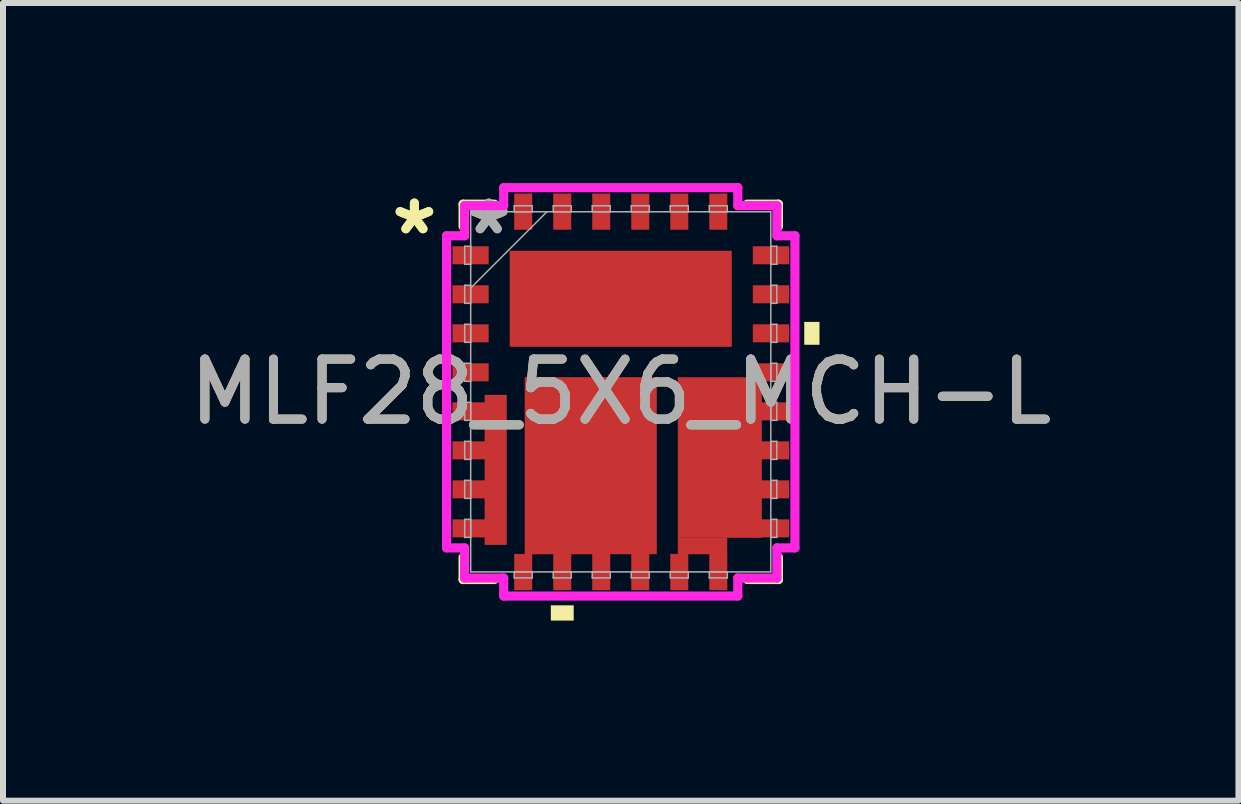
<source format=kicad_pcb>
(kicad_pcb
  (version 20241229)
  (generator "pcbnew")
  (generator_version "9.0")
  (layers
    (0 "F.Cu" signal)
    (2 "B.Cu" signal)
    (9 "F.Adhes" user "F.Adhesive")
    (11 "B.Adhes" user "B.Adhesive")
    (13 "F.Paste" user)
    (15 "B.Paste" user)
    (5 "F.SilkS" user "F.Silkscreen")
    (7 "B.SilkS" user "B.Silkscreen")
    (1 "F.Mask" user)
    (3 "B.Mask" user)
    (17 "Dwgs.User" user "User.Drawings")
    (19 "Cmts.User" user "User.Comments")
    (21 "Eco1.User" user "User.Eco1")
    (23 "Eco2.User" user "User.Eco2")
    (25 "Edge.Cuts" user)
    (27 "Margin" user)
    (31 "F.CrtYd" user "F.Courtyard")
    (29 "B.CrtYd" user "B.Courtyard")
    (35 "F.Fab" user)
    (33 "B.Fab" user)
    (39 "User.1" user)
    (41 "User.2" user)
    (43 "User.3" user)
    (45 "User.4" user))
  (footprint "MLF28_5X6_MCH-L"
    (layer "F.Cu")
    (at 7.292 3.478)
    (property "Reference" "MLF28_5X6_MCH-L" (at 0 0 0) (unlocked yes) (layer "F.SilkS") (effects (font (size 1 1) (thickness 0.15))))
    (attr smd)
    (fp_poly (pts (xy -2.268 0.05) (xy -1.899 0.05) (xy -1.899 2.55) (xy -2.268 2.55)) (stroke (width 0) (type solid)) (fill yes) (layer "F.Cu"))
    (fp_poly (pts (xy -1.6 -0.244) (xy 0.6 -0.244) (xy 0.6 2.706) (xy -1.6 2.706)) (stroke (width 0) (type solid)) (fill yes) (layer "F.Cu"))
    (fp_poly (pts (xy 0.95 2.431) (xy 1.774 2.431) (xy 1.774 2.706) (xy 0.95 2.706)) (stroke (width 0) (type solid)) (fill yes) (layer "F.Cu"))
    (fp_poly (pts (xy 0.95 -0.243) (xy 2.35 -0.243) (xy 2.35 2.432) (xy 0.95 2.432)) (stroke (width 0) (type solid)) (fill yes) (layer "F.Cu"))
    (fp_line (start -2.627 -3.127) (end -2.627 -2.758) (stroke (width 0.152) (type solid)) (layer "F.SilkS"))
    (fp_line (start -2.627 2.758) (end -2.627 3.127) (stroke (width 0.152) (type solid)) (layer "F.SilkS"))
    (fp_line (start -2.627 3.127) (end -2.108 3.127) (stroke (width 0.152) (type solid)) (layer "F.SilkS"))
    (fp_line (start -2.108 -3.127) (end -2.627 -3.127) (stroke (width 0.152) (type solid)) (layer "F.SilkS"))
    (fp_line (start 2.108 3.127) (end 2.627 3.127) (stroke (width 0.152) (type solid)) (layer "F.SilkS"))
    (fp_line (start 2.627 -3.127) (end 2.108 -3.127) (stroke (width 0.152) (type solid)) (layer "F.SilkS"))
    (fp_line (start 2.627 -2.758) (end 2.627 -3.127) (stroke (width 0.152) (type solid)) (layer "F.SilkS"))
    (fp_line (start 2.627 3.127) (end 2.627 2.758) (stroke (width 0.152) (type solid)) (layer "F.SilkS"))
    (fp_poly (pts (xy -1.165 3.557) (xy -1.165 3.811) (xy -0.784 3.811) (xy -0.784 3.557)) (stroke (width 0) (type solid)) (fill yes) (layer "F.SilkS"))
    (fp_poly (pts (xy 3.311 -1.165) (xy 3.311 -0.784) (xy 3.057 -0.784) (xy 3.057 -1.165)) (stroke (width 0) (type solid)) (fill yes) (layer "F.SilkS"))
    (fp_poly (pts (xy -2.902 -1.76) (xy -2.102 -1.76) (xy -2.102 -1.49) (xy -2.902 -1.49)) (stroke (width 0) (type solid)) (fill yes) (layer "F.Paste"))
    (fp_poly (pts (xy -2.902 -1.11) (xy -2.102 -1.11) (xy -2.102 -0.84) (xy -2.902 -0.84)) (stroke (width 0) (type solid)) (fill yes) (layer "F.Paste"))
    (fp_poly (pts (xy -2.902 -0.46) (xy -2.102 -0.46) (xy -2.102 -0.19) (xy -2.902 -0.19)) (stroke (width 0) (type solid)) (fill yes) (layer "F.Paste"))
    (fp_poly (pts (xy -2.902 0.19) (xy -2.102 0.19) (xy -2.102 0.46) (xy -2.902 0.46)) (stroke (width 0) (type solid)) (fill yes) (layer "F.Paste"))
    (fp_poly (pts (xy -2.902 0.84) (xy -2.102 0.84) (xy -2.102 1.11) (xy -2.902 1.11)) (stroke (width 0) (type solid)) (fill yes) (layer "F.Paste"))
    (fp_poly (pts (xy -2.902 1.49) (xy -2.102 1.49) (xy -2.102 1.76) (xy -2.902 1.76)) (stroke (width 0) (type solid)) (fill yes) (layer "F.Paste"))
    (fp_poly (pts (xy -2.902 2.14) (xy -2.102 2.14) (xy -2.102 2.41) (xy -2.902 2.41)) (stroke (width 0) (type solid)) (fill yes) (layer "F.Paste"))
    (fp_poly (pts (xy -1.837 -3.477) (xy -1.412 -3.477) (xy -1.412 -2.527) (xy -1.837 -2.527)) (stroke (width 0) (type solid)) (fill yes) (layer "F.Paste"))
    (fp_poly (pts (xy -1.187 -3.477) (xy -0.762 -3.477) (xy -0.762 -2.527) (xy -1.187 -2.527)) (stroke (width 0) (type solid)) (fill yes) (layer "F.Paste"))
    (fp_poly (pts (xy -1.11 -3.402) (xy -0.84 -3.402) (xy -0.84 -2.602) (xy -1.11 -2.602)) (stroke (width 0) (type solid)) (fill yes) (layer "F.Paste"))
    (fp_poly (pts (xy -0.537 -3.477) (xy -0.112 -3.477) (xy -0.112 -2.527) (xy -0.537 -2.527)) (stroke (width 0) (type solid)) (fill yes) (layer "F.Paste"))
    (fp_poly (pts (xy -0.46 -3.402) (xy -0.19 -3.402) (xy -0.19 -2.602) (xy -0.46 -2.602)) (stroke (width 0) (type solid)) (fill yes) (layer "F.Paste"))
    (fp_poly (pts (xy 0.113 -3.477) (xy 0.537 -3.477) (xy 0.537 -2.527) (xy 0.113 -2.527)) (stroke (width 0) (type solid)) (fill yes) (layer "F.Paste"))
    (fp_poly (pts (xy 0.762 -3.477) (xy 1.188 -3.477) (xy 1.188 -2.527) (xy 0.762 -2.527)) (stroke (width 0) (type solid)) (fill yes) (layer "F.Paste"))
    (fp_poly (pts (xy 0.762 2.527) (xy 1.188 2.527) (xy 1.188 3.477) (xy 0.762 3.477)) (stroke (width 0) (type solid)) (fill yes) (layer "F.Paste"))
    (fp_poly (pts (xy 1.413 -3.477) (xy 1.837 -3.477) (xy 1.837 -2.527) (xy 1.413 -2.527)) (stroke (width 0) (type solid)) (fill yes) (layer "F.Paste"))
    (fp_poly (pts (xy 1.413 2.527) (xy 1.837 2.527) (xy 1.837 3.477) (xy 1.413 3.477)) (stroke (width 0) (type solid)) (fill yes) (layer "F.Paste"))
    (fp_poly (pts (xy 2.027 -2.488) (xy 2.977 -2.488) (xy 2.977 -2.062) (xy 2.027 -2.062)) (stroke (width 0) (type solid)) (fill yes) (layer "F.Paste"))
    (fp_poly (pts (xy 2.027 -1.837) (xy 2.977 -1.837) (xy 2.977 -1.413) (xy 2.027 -1.413)) (stroke (width 0) (type solid)) (fill yes) (layer "F.Paste"))
    (fp_poly (pts (xy 2.027 -1.188) (xy 2.977 -1.188) (xy 2.977 -0.762) (xy 2.027 -0.762)) (stroke (width 0) (type solid)) (fill yes) (layer "F.Paste"))
    (fp_poly (pts (xy 2.027 -0.537) (xy 2.977 -0.537) (xy 2.977 -0.112) (xy 2.027 -0.112)) (stroke (width 0) (type solid)) (fill yes) (layer "F.Paste"))
    (fp_poly (pts (xy 2.027 0.113) (xy 2.977 0.113) (xy 2.977 0.537) (xy 2.027 0.537)) (stroke (width 0) (type solid)) (fill yes) (layer "F.Paste"))
    (fp_poly (pts (xy 2.027 0.762) (xy 2.977 0.762) (xy 2.977 1.188) (xy 2.027 1.188)) (stroke (width 0) (type solid)) (fill yes) (layer "F.Paste"))
    (fp_poly (pts (xy 2.027 1.413) (xy 2.977 1.413) (xy 2.977 1.837) (xy 2.027 1.837)) (stroke (width 0) (type solid)) (fill yes) (layer "F.Paste"))
    (fp_poly (pts (xy 2.027 2.062) (xy 2.977 2.062) (xy 2.977 2.488) (xy 2.027 2.488)) (stroke (width 0) (type solid)) (fill yes) (layer "F.Paste"))
    (fp_poly (pts (xy 2.062 2.527) (xy 2.488 2.527) (xy 2.488 3.477) (xy 2.062 3.477)) (stroke (width 0) (type solid)) (fill yes) (layer "F.Paste"))
    (fp_poly (pts (xy 2.712 2.527) (xy 3.137 2.527) (xy 3.137 3.477) (xy 2.712 3.477)) (stroke (width 0) (type solid)) (fill yes) (layer "F.Paste"))
    (fp_line (start -2.902 -2.6) (end -2.602 -2.6) (stroke (width 0.152) (type solid)) (layer "F.CrtYd"))
    (fp_line (start -2.902 2.6) (end -2.902 -2.6) (stroke (width 0.152) (type solid)) (layer "F.CrtYd"))
    (fp_line (start -2.602 -3.102) (end -1.95 -3.102) (stroke (width 0.152) (type solid)) (layer "F.CrtYd"))
    (fp_line (start -2.602 -2.6) (end -2.602 -3.102) (stroke (width 0.152) (type solid)) (layer "F.CrtYd"))
    (fp_line (start -2.602 2.6) (end -2.902 2.6) (stroke (width 0.152) (type solid)) (layer "F.CrtYd"))
    (fp_line (start -2.602 3.102) (end -2.602 2.6) (stroke (width 0.152) (type solid)) (layer "F.CrtYd"))
    (fp_line (start -1.95 -3.402) (end 1.95 -3.402) (stroke (width 0.152) (type solid)) (layer "F.CrtYd"))
    (fp_line (start -1.95 -3.102) (end -1.95 -3.402) (stroke (width 0.152) (type solid)) (layer "F.CrtYd"))
    (fp_line (start -1.95 3.102) (end -2.602 3.102) (stroke (width 0.152) (type solid)) (layer "F.CrtYd"))
    (fp_line (start -1.95 3.402) (end -1.95 3.102) (stroke (width 0.152) (type solid)) (layer "F.CrtYd"))
    (fp_line (start 1.95 -3.402) (end 1.95 -3.102) (stroke (width 0.152) (type solid)) (layer "F.CrtYd"))
    (fp_line (start 1.95 -3.102) (end 2.602 -3.102) (stroke (width 0.152) (type solid)) (layer "F.CrtYd"))
    (fp_line (start 1.95 3.102) (end 1.95 3.402) (stroke (width 0.152) (type solid)) (layer "F.CrtYd"))
    (fp_line (start 1.95 3.402) (end -1.95 3.402) (stroke (width 0.152) (type solid)) (layer "F.CrtYd"))
    (fp_line (start 2.602 -3.102) (end 2.602 -2.6) (stroke (width 0.152) (type solid)) (layer "F.CrtYd"))
    (fp_line (start 2.602 -2.6) (end 2.902 -2.6) (stroke (width 0.152) (type solid)) (layer "F.CrtYd"))
    (fp_line (start 2.602 2.6) (end 2.602 3.102) (stroke (width 0.152) (type solid)) (layer "F.CrtYd"))
    (fp_line (start 2.602 3.102) (end 1.95 3.102) (stroke (width 0.152) (type solid)) (layer "F.CrtYd"))
    (fp_line (start 2.902 -2.6) (end 2.902 2.6) (stroke (width 0.152) (type solid)) (layer "F.CrtYd"))
    (fp_line (start 2.902 2.6) (end 2.602 2.6) (stroke (width 0.152) (type solid)) (layer "F.CrtYd"))
    (fp_line (start -2.6 -2.425) (end -2.6 -2.125) (stroke (width 0.025) (type solid)) (layer "F.Fab"))
    (fp_line (start -2.6 -2.125) (end -2.5 -2.125) (stroke (width 0.025) (type solid)) (layer "F.Fab"))
    (fp_line (start -2.6 -1.775) (end -2.6 -1.475) (stroke (width 0.025) (type solid)) (layer "F.Fab"))
    (fp_line (start -2.6 -1.475) (end -2.5 -1.475) (stroke (width 0.025) (type solid)) (layer "F.Fab"))
    (fp_line (start -2.6 -1.125) (end -2.6 -0.825) (stroke (width 0.025) (type solid)) (layer "F.Fab"))
    (fp_line (start -2.6 -0.825) (end -2.5 -0.825) (stroke (width 0.025) (type solid)) (layer "F.Fab"))
    (fp_line (start -2.6 -0.475) (end -2.6 -0.175) (stroke (width 0.025) (type solid)) (layer "F.Fab"))
    (fp_line (start -2.6 -0.175) (end -2.5 -0.175) (stroke (width 0.025) (type solid)) (layer "F.Fab"))
    (fp_line (start -2.6 0.175) (end -2.6 0.475) (stroke (width 0.025) (type solid)) (layer "F.Fab"))
    (fp_line (start -2.6 0.475) (end -2.5 0.475) (stroke (width 0.025) (type solid)) (layer "F.Fab"))
    (fp_line (start -2.6 0.825) (end -2.6 1.125) (stroke (width 0.025) (type solid)) (layer "F.Fab"))
    (fp_line (start -2.6 1.125) (end -2.5 1.125) (stroke (width 0.025) (type solid)) (layer "F.Fab"))
    (fp_line (start -2.6 1.475) (end -2.6 1.775) (stroke (width 0.025) (type solid)) (layer "F.Fab"))
    (fp_line (start -2.6 1.775) (end -2.5 1.775) (stroke (width 0.025) (type solid)) (layer "F.Fab"))
    (fp_line (start -2.6 2.125) (end -2.6 2.425) (stroke (width 0.025) (type solid)) (layer "F.Fab"))
    (fp_line (start -2.6 2.425) (end -2.5 2.425) (stroke (width 0.025) (type solid)) (layer "F.Fab"))
    (fp_line (start -2.5 -3) (end -2.5 3) (stroke (width 0.025) (type solid)) (layer "F.Fab"))
    (fp_line (start -2.5 -2.425) (end -2.6 -2.425) (stroke (width 0.025) (type solid)) (layer "F.Fab"))
    (fp_line (start -2.5 -2.125) (end -2.5 -2.425) (stroke (width 0.025) (type solid)) (layer "F.Fab"))
    (fp_line (start -2.5 -1.775) (end -2.6 -1.775) (stroke (width 0.025) (type solid)) (layer "F.Fab"))
    (fp_line (start -2.5 -1.73) (end -1.23 -3) (stroke (width 0.025) (type solid)) (layer "F.Fab"))
    (fp_line (start -2.5 -1.475) (end -2.5 -1.775) (stroke (width 0.025) (type solid)) (layer "F.Fab"))
    (fp_line (start -2.5 -1.125) (end -2.6 -1.125) (stroke (width 0.025) (type solid)) (layer "F.Fab"))
    (fp_line (start -2.5 -0.825) (end -2.5 -1.125) (stroke (width 0.025) (type solid)) (layer "F.Fab"))
    (fp_line (start -2.5 -0.475) (end -2.6 -0.475) (stroke (width 0.025) (type solid)) (layer "F.Fab"))
    (fp_line (start -2.5 -0.175) (end -2.5 -0.475) (stroke (width 0.025) (type solid)) (layer "F.Fab"))
    (fp_line (start -2.5 0.175) (end -2.6 0.175) (stroke (width 0.025) (type solid)) (layer "F.Fab"))
    (fp_line (start -2.5 0.475) (end -2.5 0.175) (stroke (width 0.025) (type solid)) (layer "F.Fab"))
    (fp_line (start -2.5 0.825) (end -2.6 0.825) (stroke (width 0.025) (type solid)) (layer "F.Fab"))
    (fp_line (start -2.5 1.125) (end -2.5 0.825) (stroke (width 0.025) (type solid)) (layer "F.Fab"))
    (fp_line (start -2.5 1.475) (end -2.6 1.475) (stroke (width 0.025) (type solid)) (layer "F.Fab"))
    (fp_line (start -2.5 1.775) (end -2.5 1.475) (stroke (width 0.025) (type solid)) (layer "F.Fab"))
    (fp_line (start -2.5 2.125) (end -2.6 2.125) (stroke (width 0.025) (type solid)) (layer "F.Fab"))
    (fp_line (start -2.5 2.425) (end -2.5 2.125) (stroke (width 0.025) (type solid)) (layer "F.Fab"))
    (fp_line (start -2.5 3) (end 2.5 3) (stroke (width 0.025) (type solid)) (layer "F.Fab"))
    (fp_line (start -1.775 -3.1) (end -1.775 -3) (stroke (width 0.025) (type solid)) (layer "F.Fab"))
    (fp_line (start -1.775 -3) (end -1.475 -3) (stroke (width 0.025) (type solid)) (layer "F.Fab"))
    (fp_line (start -1.775 3) (end -1.775 3.1) (stroke (width 0.025) (type solid)) (layer "F.Fab"))
    (fp_line (start -1.775 3.1) (end -1.475 3.1) (stroke (width 0.025) (type solid)) (layer "F.Fab"))
    (fp_line (start -1.475 -3.1) (end -1.775 -3.1) (stroke (width 0.025) (type solid)) (layer "F.Fab"))
    (fp_line (start -1.475 -3) (end -1.475 -3.1) (stroke (width 0.025) (type solid)) (layer "F.Fab"))
    (fp_line (start -1.475 3) (end -1.775 3) (stroke (width 0.025) (type solid)) (layer "F.Fab"))
    (fp_line (start -1.475 3.1) (end -1.475 3) (stroke (width 0.025) (type solid)) (layer "F.Fab"))
    (fp_line (start -1.125 -3.1) (end -1.125 -3) (stroke (width 0.025) (type solid)) (layer "F.Fab"))
    (fp_line (start -1.125 -3) (end -0.825 -3) (stroke (width 0.025) (type solid)) (layer "F.Fab"))
    (fp_line (start -1.125 3) (end -1.125 3.1) (stroke (width 0.025) (type solid)) (layer "F.Fab"))
    (fp_line (start -1.125 3.1) (end -0.825 3.1) (stroke (width 0.025) (type solid)) (layer "F.Fab"))
    (fp_line (start -0.825 -3.1) (end -1.125 -3.1) (stroke (width 0.025) (type solid)) (layer "F.Fab"))
    (fp_line (start -0.825 -3) (end -0.825 -3.1) (stroke (width 0.025) (type solid)) (layer "F.Fab"))
    (fp_line (start -0.825 3) (end -1.125 3) (stroke (width 0.025) (type solid)) (layer "F.Fab"))
    (fp_line (start -0.825 3.1) (end -0.825 3) (stroke (width 0.025) (type solid)) (layer "F.Fab"))
    (fp_line (start -0.475 -3.1) (end -0.475 -3) (stroke (width 0.025) (type solid)) (layer "F.Fab"))
    (fp_line (start -0.475 -3) (end -0.175 -3) (stroke (width 0.025) (type solid)) (layer "F.Fab"))
    (fp_line (start -0.475 3) (end -0.475 3.1) (stroke (width 0.025) (type solid)) (layer "F.Fab"))
    (fp_line (start -0.475 3.1) (end -0.175 3.1) (stroke (width 0.025) (type solid)) (layer "F.Fab"))
    (fp_line (start -0.175 -3.1) (end -0.475 -3.1) (stroke (width 0.025) (type solid)) (layer "F.Fab"))
    (fp_line (start -0.175 -3) (end -0.175 -3.1) (stroke (width 0.025) (type solid)) (layer "F.Fab"))
    (fp_line (start -0.175 3) (end -0.475 3) (stroke (width 0.025) (type solid)) (layer "F.Fab"))
    (fp_line (start -0.175 3.1) (end -0.175 3) (stroke (width 0.025) (type solid)) (layer "F.Fab"))
    (fp_line (start 0.175 -3.1) (end 0.175 -3) (stroke (width 0.025) (type solid)) (layer "F.Fab"))
    (fp_line (start 0.175 -3) (end 0.475 -3) (stroke (width 0.025) (type solid)) (layer "F.Fab"))
    (fp_line (start 0.175 3) (end 0.175 3.1) (stroke (width 0.025) (type solid)) (layer "F.Fab"))
    (fp_line (start 0.175 3.1) (end 0.475 3.1) (stroke (width 0.025) (type solid)) (layer "F.Fab"))
    (fp_line (start 0.475 -3.1) (end 0.175 -3.1) (stroke (width 0.025) (type solid)) (layer "F.Fab"))
    (fp_line (start 0.475 -3) (end 0.475 -3.1) (stroke (width 0.025) (type solid)) (layer "F.Fab"))
    (fp_line (start 0.475 3) (end 0.175 3) (stroke (width 0.025) (type solid)) (layer "F.Fab"))
    (fp_line (start 0.475 3.1) (end 0.475 3) (stroke (width 0.025) (type solid)) (layer "F.Fab"))
    (fp_line (start 0.825 -3.1) (end 0.825 -3) (stroke (width 0.025) (type solid)) (layer "F.Fab"))
    (fp_line (start 0.825 -3) (end 1.125 -3) (stroke (width 0.025) (type solid)) (layer "F.Fab"))
    (fp_line (start 0.825 3) (end 0.825 3.1) (stroke (width 0.025) (type solid)) (layer "F.Fab"))
    (fp_line (start 0.825 3.1) (end 1.125 3.1) (stroke (width 0.025) (type solid)) (layer "F.Fab"))
    (fp_line (start 1.125 -3.1) (end 0.825 -3.1) (stroke (width 0.025) (type solid)) (layer "F.Fab"))
    (fp_line (start 1.125 -3) (end 1.125 -3.1) (stroke (width 0.025) (type solid)) (layer "F.Fab"))
    (fp_line (start 1.125 3) (end 0.825 3) (stroke (width 0.025) (type solid)) (layer "F.Fab"))
    (fp_line (start 1.125 3.1) (end 1.125 3) (stroke (width 0.025) (type solid)) (layer "F.Fab"))
    (fp_line (start 1.475 -3.1) (end 1.475 -3) (stroke (width 0.025) (type solid)) (layer "F.Fab"))
    (fp_line (start 1.475 -3) (end 1.775 -3) (stroke (width 0.025) (type solid)) (layer "F.Fab"))
    (fp_line (start 1.475 3) (end 1.475 3.1) (stroke (width 0.025) (type solid)) (layer "F.Fab"))
    (fp_line (start 1.475 3.1) (end 1.775 3.1) (stroke (width 0.025) (type solid)) (layer "F.Fab"))
    (fp_line (start 1.775 -3.1) (end 1.475 -3.1) (stroke (width 0.025) (type solid)) (layer "F.Fab"))
    (fp_line (start 1.775 -3) (end 1.775 -3.1) (stroke (width 0.025) (type solid)) (layer "F.Fab"))
    (fp_line (start 1.775 3) (end 1.475 3) (stroke (width 0.025) (type solid)) (layer "F.Fab"))
    (fp_line (start 1.775 3.1) (end 1.775 3) (stroke (width 0.025) (type solid)) (layer "F.Fab"))
    (fp_line (start 2.5 -3) (end -2.5 -3) (stroke (width 0.025) (type solid)) (layer "F.Fab"))
    (fp_line (start 2.5 -2.425) (end 2.5 -2.125) (stroke (width 0.025) (type solid)) (layer "F.Fab"))
    (fp_line (start 2.5 -2.125) (end 2.6 -2.125) (stroke (width 0.025) (type solid)) (layer "F.Fab"))
    (fp_line (start 2.5 -1.775) (end 2.5 -1.475) (stroke (width 0.025) (type solid)) (layer "F.Fab"))
    (fp_line (start 2.5 -1.475) (end 2.6 -1.475) (stroke (width 0.025) (type solid)) (layer "F.Fab"))
    (fp_line (start 2.5 -1.125) (end 2.5 -0.825) (stroke (width 0.025) (type solid)) (layer "F.Fab"))
    (fp_line (start 2.5 -0.825) (end 2.6 -0.825) (stroke (width 0.025) (type solid)) (layer "F.Fab"))
    (fp_line (start 2.5 -0.475) (end 2.5 -0.175) (stroke (width 0.025) (type solid)) (layer "F.Fab"))
    (fp_line (start 2.5 -0.175) (end 2.6 -0.175) (stroke (width 0.025) (type solid)) (layer "F.Fab"))
    (fp_line (start 2.5 0.175) (end 2.5 0.475) (stroke (width 0.025) (type solid)) (layer "F.Fab"))
    (fp_line (start 2.5 0.475) (end 2.6 0.475) (stroke (width 0.025) (type solid)) (layer "F.Fab"))
    (fp_line (start 2.5 0.825) (end 2.5 1.125) (stroke (width 0.025) (type solid)) (layer "F.Fab"))
    (fp_line (start 2.5 1.125) (end 2.6 1.125) (stroke (width 0.025) (type solid)) (layer "F.Fab"))
    (fp_line (start 2.5 1.475) (end 2.5 1.775) (stroke (width 0.025) (type solid)) (layer "F.Fab"))
    (fp_line (start 2.5 1.775) (end 2.6 1.775) (stroke (width 0.025) (type solid)) (layer "F.Fab"))
    (fp_line (start 2.5 2.125) (end 2.5 2.425) (stroke (width 0.025) (type solid)) (layer "F.Fab"))
    (fp_line (start 2.5 2.425) (end 2.6 2.425) (stroke (width 0.025) (type solid)) (layer "F.Fab"))
    (fp_line (start 2.5 3) (end 2.5 -3) (stroke (width 0.025) (type solid)) (layer "F.Fab"))
    (fp_line (start 2.6 -2.425) (end 2.5 -2.425) (stroke (width 0.025) (type solid)) (layer "F.Fab"))
    (fp_line (start 2.6 -2.125) (end 2.6 -2.425) (stroke (width 0.025) (type solid)) (layer "F.Fab"))
    (fp_line (start 2.6 -1.775) (end 2.5 -1.775) (stroke (width 0.025) (type solid)) (layer "F.Fab"))
    (fp_line (start 2.6 -1.475) (end 2.6 -1.775) (stroke (width 0.025) (type solid)) (layer "F.Fab"))
    (fp_line (start 2.6 -1.125) (end 2.5 -1.125) (stroke (width 0.025) (type solid)) (layer "F.Fab"))
    (fp_line (start 2.6 -0.825) (end 2.6 -1.125) (stroke (width 0.025) (type solid)) (layer "F.Fab"))
    (fp_line (start 2.6 -0.475) (end 2.5 -0.475) (stroke (width 0.025) (type solid)) (layer "F.Fab"))
    (fp_line (start 2.6 -0.175) (end 2.6 -0.475) (stroke (width 0.025) (type solid)) (layer "F.Fab"))
    (fp_line (start 2.6 0.175) (end 2.5 0.175) (stroke (width 0.025) (type solid)) (layer "F.Fab"))
    (fp_line (start 2.6 0.475) (end 2.6 0.175) (stroke (width 0.025) (type solid)) (layer "F.Fab"))
    (fp_line (start 2.6 0.825) (end 2.5 0.825) (stroke (width 0.025) (type solid)) (layer "F.Fab"))
    (fp_line (start 2.6 1.125) (end 2.6 0.825) (stroke (width 0.025) (type solid)) (layer "F.Fab"))
    (fp_line (start 2.6 1.475) (end 2.5 1.475) (stroke (width 0.025) (type solid)) (layer "F.Fab"))
    (fp_line (start 2.6 1.775) (end 2.6 1.475) (stroke (width 0.025) (type solid)) (layer "F.Fab"))
    (fp_line (start 2.6 2.125) (end 2.5 2.125) (stroke (width 0.025) (type solid)) (layer "F.Fab"))
    (fp_line (start 2.6 2.425) (end 2.6 2.125) (stroke (width 0.025) (type solid)) (layer "F.Fab"))
    (fp_text user "*" (at -3.438 -2.6 0) (unlocked yes) (layer "F.SilkS") (effects (font (size 1 1) (thickness 0.15))))
    (fp_text user "*" (at -3.438 -2.6 0) (layer "F.SilkS") (effects (font (size 1 1) (thickness 0.15))))
    (fp_text user "*" (at -2.2 -2.6 0) (unlocked yes) (layer "F.Fab") (effects (font (size 1 1) (thickness 0.15))))
    (fp_text user "*" (at -2.2 -2.6 0) (layer "F.Fab") (effects (font (size 1 1) (thickness 0.15))))
    (fp_text user "${REFERENCE}" (at 0 0 0) (unlocked yes) (layer "F.Fab") (effects (font (size 1 1) (thickness 0.15))))
    (pad "1" smd rect (at -2.502 -2.275 90) (size 0.3 0.603) (layers "F.Cu" "F.Mask" "F.Paste"))
    (pad "2" smd rect (at -2.502 -1.625 90) (size 0.3 0.603) (layers "F.Cu" "F.Mask" "F.Paste"))
    (pad "3" smd rect (at -2.502 -0.975 90) (size 0.3 0.603) (layers "F.Cu" "F.Mask" "F.Paste"))
    (pad "4" smd rect (at -2.502 -0.325 90) (size 0.3 0.603) (layers "F.Cu" "F.Mask" "F.Paste"))
    (pad "5" smd rect (at -2.502 0.325 90) (size 0.3 0.603) (layers "F.Cu" "F.Mask" "F.Paste"))
    (pad "6" smd rect (at -2.502 0.975 90) (size 0.3 0.603) (layers "F.Cu" "F.Mask" "F.Paste"))
    (pad "7" smd rect (at -2.502 1.625 90) (size 0.3 0.603) (layers "F.Cu" "F.Mask" "F.Paste"))
    (pad "8" smd rect (at -2.502 2.275 90) (size 0.3 0.603) (layers "F.Cu" "F.Mask" "F.Paste"))
    (pad "9" smd rect (at -1.625 3.002) (size 0.3 0.603) (layers "F.Cu" "F.Mask" "F.Paste"))
    (pad "10" smd rect (at -0.975 3.002) (size 0.3 0.603) (layers "F.Cu" "F.Mask" "F.Paste"))
    (pad "11" smd rect (at -0.325 3.002) (size 0.3 0.603) (layers "F.Cu" "F.Mask" "F.Paste"))
    (pad "12" smd rect (at 0.325 3.002) (size 0.3 0.603) (layers "F.Cu" "F.Mask" "F.Paste"))
    (pad "13" smd rect (at 0.975 3.002) (size 0.3 0.603) (layers "F.Cu" "F.Mask" "F.Paste"))
    (pad "14" smd rect (at 1.625 3.002) (size 0.3 0.603) (layers "F.Cu" "F.Mask" "F.Paste"))
    (pad "15" smd rect (at 2.502 2.275 90) (size 0.3 0.603) (layers "F.Cu" "F.Mask" "F.Paste"))
    (pad "16" smd rect (at 2.502 1.625 90) (size 0.3 0.603) (layers "F.Cu" "F.Mask" "F.Paste"))
    (pad "17" smd rect (at 2.502 0.975 90) (size 0.3 0.603) (layers "F.Cu" "F.Mask" "F.Paste"))
    (pad "18" smd rect (at 2.502 0.325 90) (size 0.3 0.603) (layers "F.Cu" "F.Mask" "F.Paste"))
    (pad "19" smd rect (at 2.502 -0.325 90) (size 0.3 0.603) (layers "F.Cu" "F.Mask" "F.Paste"))
    (pad "20" smd rect (at 2.502 -0.975 90) (size 0.3 0.603) (layers "F.Cu" "F.Mask" "F.Paste"))
    (pad "21" smd rect (at 2.502 -1.625 90) (size 0.3 0.603) (layers "F.Cu" "F.Mask" "F.Paste"))
    (pad "22" smd rect (at 2.502 -2.275 90) (size 0.3 0.603) (layers "F.Cu" "F.Mask" "F.Paste"))
    (pad "23" smd rect (at 1.625 -3.002) (size 0.3 0.603) (layers "F.Cu" "F.Mask" "F.Paste"))
    (pad "24" smd rect (at 0.975 -3.002) (size 0.3 0.603) (layers "F.Cu" "F.Mask" "F.Paste"))
    (pad "25" smd rect (at 0.325 -3.002) (size 0.3 0.603) (layers "F.Cu" "F.Mask" "F.Paste"))
    (pad "26" smd rect (at -0.325 -3.002) (size 0.3 0.603) (layers "F.Cu" "F.Mask" "F.Paste"))
    (pad "27" smd rect (at -0.975 -3.002) (size 0.3 0.603) (layers "F.Cu" "F.Mask" "F.Paste"))
    (pad "28" smd rect (at -1.625 -3.002) (size 0.3 0.603) (layers "F.Cu" "F.Mask" "F.Paste"))
    (pad "29" smd rect (at 0 -1.55) (size 3.7 1.6) (layers "F.Cu" "F.Mask" "F.Paste")))
  (gr_rect
    (start -3 -3)
    (end 17.583 10.289)
    (stroke (width 0.1) (type default))
    (fill no)
    (layer "Edge.Cuts")))
</source>
